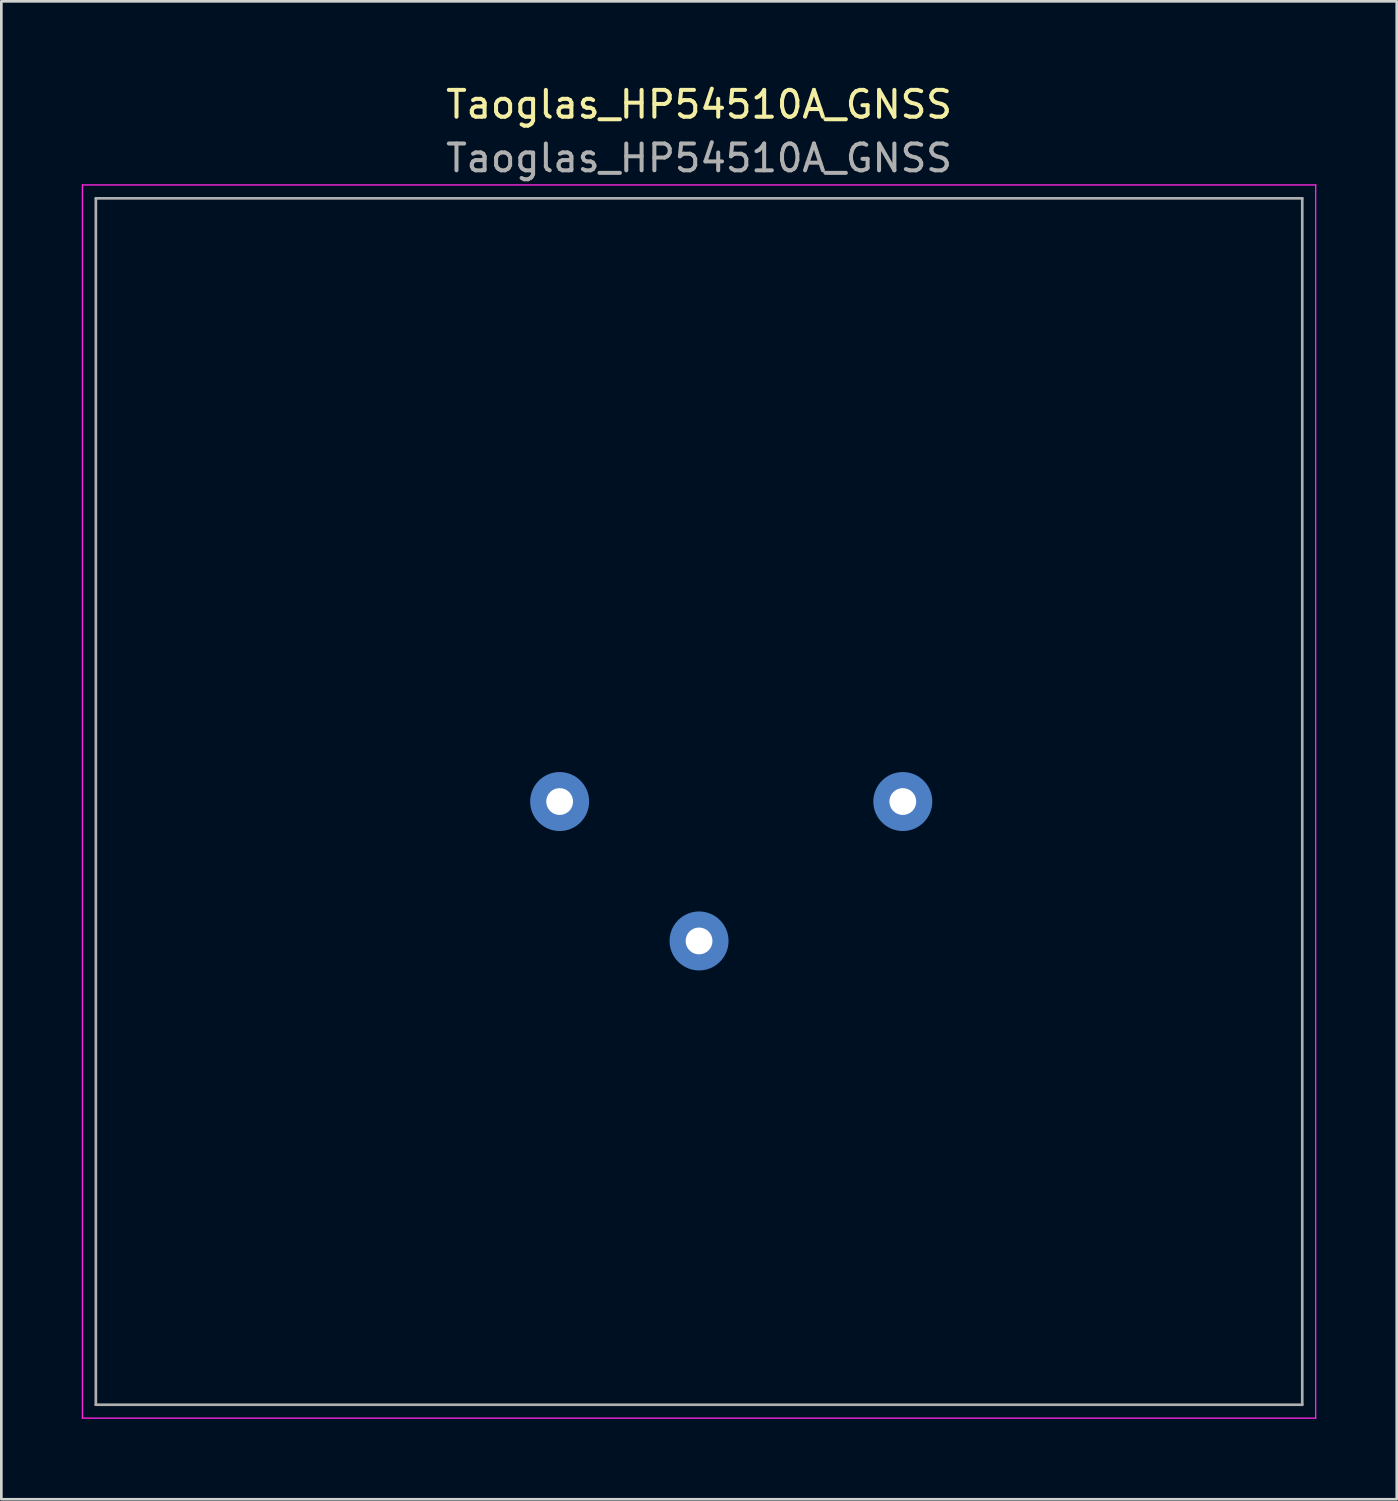
<source format=kicad_pcb>
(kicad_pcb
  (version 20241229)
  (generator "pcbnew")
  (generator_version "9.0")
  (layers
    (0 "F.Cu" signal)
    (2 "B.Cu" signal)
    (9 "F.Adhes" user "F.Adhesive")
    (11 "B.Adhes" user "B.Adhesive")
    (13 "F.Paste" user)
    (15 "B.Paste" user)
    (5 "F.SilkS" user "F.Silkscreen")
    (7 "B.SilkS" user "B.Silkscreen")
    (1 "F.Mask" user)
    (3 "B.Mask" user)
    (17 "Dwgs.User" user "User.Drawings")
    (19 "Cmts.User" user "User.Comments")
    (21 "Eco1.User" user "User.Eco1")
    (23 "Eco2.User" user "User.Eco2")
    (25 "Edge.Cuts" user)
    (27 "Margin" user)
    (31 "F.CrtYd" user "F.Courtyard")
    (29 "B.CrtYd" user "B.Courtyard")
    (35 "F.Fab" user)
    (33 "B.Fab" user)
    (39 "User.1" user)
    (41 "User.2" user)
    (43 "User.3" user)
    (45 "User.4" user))
  (footprint "Taoglas_HP54510A_GNSS"
    (layer "F.Cu")
    (at 23.025 26.848)
    (property "Reference" "Taoglas_HP54510A_GNSS" (at 0 -26 0) (unlocked yes) (layer "F.SilkS") (effects (font (size 1 1) (thickness 0.15))))
    (fp_line (start -23 -23) (end 23 -23) (stroke (width 0.05) (type default)) (layer "F.CrtYd"))
    (fp_line (start -23 23) (end -23 -23) (stroke (width 0.05) (type default)) (layer "F.CrtYd"))
    (fp_line (start 23 -23) (end 23 23) (stroke (width 0.05) (type default)) (layer "F.CrtYd"))
    (fp_line (start 23 23) (end -23 23) (stroke (width 0.05) (type default)) (layer "F.CrtYd"))
    (fp_line (start -22.5 -22.5) (end 22.5 -22.5) (stroke (width 0.1) (type solid)) (layer "F.Fab"))
    (fp_line (start -22.5 22.5) (end -22.5 -22.5) (stroke (width 0.1) (type solid)) (layer "F.Fab"))
    (fp_line (start -22.5 22.5) (end 22.5 22.5) (stroke (width 0.1) (type solid)) (layer "F.Fab"))
    (fp_line (start 22.5 22.5) (end 22.5 -22.5) (stroke (width 0.1) (type solid)) (layer "F.Fab"))
    (fp_text user "${REFERENCE}" (at 0 -24 0) (unlocked yes) (layer "F.Fab") (effects (font (size 1 1) (thickness 0.15))))
    (pad "1" thru_hole circle (at 0 5.2) (size 1.2 1.2) (drill 1) (layers "*.Cu" "*.Mask") (remove_unused_layers yes) (keep_end_layers yes) (zone_layer_connections) (padstack (mode front_inner_back) (layer "Inner" (shape circle) (size 1 1)) (layer "B.Cu" (shape circle) (size 2.2 2.2))))
    (pad "2" thru_hole circle (at -5.2 0) (size 1.2 1.2) (drill 1) (layers "*.Cu" "*.Mask") (remove_unused_layers yes) (keep_end_layers yes) (zone_layer_connections) (padstack (mode front_inner_back) (layer "Inner" (shape circle) (size 1 1)) (layer "B.Cu" (shape circle) (size 2.2 2.2))))
    (pad "3" thru_hole circle (at 7.6 0) (size 1.2 1.2) (drill 1) (layers "*.Cu" "*.Mask") (remove_unused_layers yes) (keep_end_layers yes) (zone_layer_connections) (padstack (mode front_inner_back) (layer "Inner" (shape circle) (size 1 1)) (layer "B.Cu" (shape circle) (size 2.2 2.2))))
    (zone (net_name "") (layer "F.Cu") (hatch edge 0.5) (connect_pads) (min_thickness 0.25) (filled_areas_thickness no) (keepout (tracks allowed) (vias allowed) (pads allowed) (copperpour not_allowed) (footprints allowed)) (placement (enabled no)) (fill) (polygon (pts (xy 19.325 26.848) (xy 19.305 26.601) (xy 19.244 26.361) (xy 19.144 26.134) (xy 19.009 25.927) (xy 18.841 25.745) (xy 18.645 25.592) (xy 18.428 25.475) (xy 18.193 25.394) (xy 17.949 25.353) (xy 17.701 25.353) (xy 17.457 25.394) (xy 17.222 25.475) (xy 17.005 25.592) (xy 16.809 25.745) (xy 16.641 25.927) (xy 16.506 26.134) (xy 16.406 26.361) (xy 16.345 26.601) (xy 16.325 26.848) (xy 16.345 27.095) (xy 16.406 27.335) (xy 16.506 27.562) (xy 16.641 27.77) (xy 16.809 27.952) (xy 17.005 28.104) (xy 17.222 28.222) (xy 17.457 28.302) (xy 17.701 28.343) (xy 17.949 28.343) (xy 18.193 28.302) (xy 18.428 28.222) (xy 18.645 28.104) (xy 18.841 27.952) (xy 19.009 27.77) (xy 19.144 27.562) (xy 19.244 27.335) (xy 19.305 27.095))))
    (zone (net_name "") (layer "F.Cu") (hatch edge 0.5) (connect_pads) (min_thickness 0.25) (filled_areas_thickness no) (keepout (tracks allowed) (vias allowed) (pads allowed) (copperpour not_allowed) (footprints allowed)) (placement (enabled no)) (fill) (polygon (pts (xy 24.525 32.048) (xy 24.505 31.801) (xy 24.444 31.561) (xy 24.344 31.334) (xy 24.209 31.127) (xy 24.041 30.945) (xy 23.845 30.792) (xy 23.628 30.675) (xy 23.393 30.594) (xy 23.149 30.553) (xy 22.901 30.553) (xy 22.657 30.594) (xy 22.422 30.675) (xy 22.205 30.792) (xy 22.009 30.945) (xy 21.841 31.127) (xy 21.706 31.334) (xy 21.606 31.561) (xy 21.545 31.801) (xy 21.525 32.048) (xy 21.545 32.295) (xy 21.606 32.535) (xy 21.706 32.762) (xy 21.841 32.97) (xy 22.009 33.152) (xy 22.205 33.304) (xy 22.422 33.422) (xy 22.657 33.502) (xy 22.901 33.543) (xy 23.149 33.543) (xy 23.393 33.502) (xy 23.628 33.422) (xy 23.845 33.304) (xy 24.041 33.152) (xy 24.209 32.97) (xy 24.344 32.762) (xy 24.444 32.535) (xy 24.505 32.295))))
    (zone (net_name "") (layer "F.Cu") (hatch edge 0.5) (connect_pads) (min_thickness 0.25) (filled_areas_thickness no) (keepout (tracks allowed) (vias allowed) (pads allowed) (copperpour not_allowed) (footprints allowed)) (placement (enabled no)) (fill) (polygon (pts (xy 32.125 26.848) (xy 32.105 26.601) (xy 32.044 26.361) (xy 31.944 26.134) (xy 31.809 25.927) (xy 31.641 25.745) (xy 31.445 25.592) (xy 31.228 25.475) (xy 30.993 25.394) (xy 30.749 25.353) (xy 30.501 25.353) (xy 30.257 25.394) (xy 30.022 25.475) (xy 29.805 25.592) (xy 29.609 25.745) (xy 29.441 25.927) (xy 29.306 26.134) (xy 29.206 26.361) (xy 29.145 26.601) (xy 29.125 26.848) (xy 29.145 27.095) (xy 29.206 27.335) (xy 29.306 27.562) (xy 29.441 27.77) (xy 29.609 27.952) (xy 29.805 28.104) (xy 30.022 28.222) (xy 30.257 28.302) (xy 30.501 28.343) (xy 30.749 28.343) (xy 30.993 28.302) (xy 31.228 28.222) (xy 31.445 28.104) (xy 31.641 27.952) (xy 31.809 27.77) (xy 31.944 27.562) (xy 32.044 27.335) (xy 32.105 27.095))))
    (zone (net_name "") (layer "B.Cu") (hatch edge 0.5) (connect_pads) (min_thickness 0.25) (filled_areas_thickness no) (keepout (tracks allowed) (vias allowed) (pads allowed) (copperpour not_allowed) (footprints allowed)) (placement (enabled no)) (fill) (polygon (pts (xy 19.575 26.848) (xy 19.555 26.587) (xy 19.497 26.332) (xy 19.402 26.089) (xy 19.271 25.862) (xy 19.108 25.658) (xy 18.916 25.48) (xy 18.7 25.333) (xy 18.464 25.219) (xy 18.214 25.142) (xy 17.956 25.103) (xy 17.694 25.103) (xy 17.436 25.142) (xy 17.186 25.219) (xy 16.95 25.333) (xy 16.734 25.48) (xy 16.542 25.658) (xy 16.379 25.862) (xy 16.248 26.089) (xy 16.153 26.332) (xy 16.095 26.587) (xy 16.075 26.848) (xy 16.095 27.109) (xy 16.153 27.364) (xy 16.248 27.608) (xy 16.379 27.834) (xy 16.542 28.039) (xy 16.734 28.216) (xy 16.95 28.364) (xy 17.186 28.477) (xy 17.436 28.554) (xy 17.694 28.593) (xy 17.956 28.593) (xy 18.214 28.554) (xy 18.464 28.477) (xy 18.7 28.364) (xy 18.916 28.216) (xy 19.108 28.039) (xy 19.271 27.834) (xy 19.402 27.608) (xy 19.497 27.364) (xy 19.555 27.109))))
    (zone (net_name "") (layer "B.Cu") (hatch edge 0.5) (connect_pads) (min_thickness 0.25) (filled_areas_thickness no) (keepout (tracks allowed) (vias allowed) (pads allowed) (copperpour not_allowed) (footprints allowed)) (placement (enabled no)) (fill) (polygon (pts (xy 24.775 32.048) (xy 24.755 31.787) (xy 24.697 31.532) (xy 24.602 31.289) (xy 24.471 31.062) (xy 24.308 30.858) (xy 24.116 30.68) (xy 23.9 30.533) (xy 23.664 30.419) (xy 23.414 30.342) (xy 23.156 30.303) (xy 22.894 30.303) (xy 22.636 30.342) (xy 22.386 30.419) (xy 22.15 30.533) (xy 21.934 30.68) (xy 21.742 30.858) (xy 21.579 31.062) (xy 21.448 31.289) (xy 21.353 31.532) (xy 21.295 31.787) (xy 21.275 32.048) (xy 21.295 32.309) (xy 21.353 32.564) (xy 21.448 32.808) (xy 21.579 33.034) (xy 21.742 33.239) (xy 21.934 33.416) (xy 22.15 33.564) (xy 22.386 33.677) (xy 22.636 33.754) (xy 22.894 33.793) (xy 23.156 33.793) (xy 23.414 33.754) (xy 23.664 33.677) (xy 23.9 33.564) (xy 24.116 33.416) (xy 24.308 33.239) (xy 24.471 33.034) (xy 24.602 32.808) (xy 24.697 32.564) (xy 24.755 32.309))))
    (zone (net_name "") (layer "B.Cu") (hatch edge 0.5) (connect_pads) (min_thickness 0.25) (filled_areas_thickness no) (keepout (tracks allowed) (vias allowed) (pads allowed) (copperpour not_allowed) (footprints allowed)) (placement (enabled no)) (fill) (polygon (pts (xy 32.375 26.848) (xy 32.355 26.587) (xy 32.297 26.332) (xy 32.202 26.089) (xy 32.071 25.862) (xy 31.908 25.658) (xy 31.716 25.48) (xy 31.5 25.333) (xy 31.264 25.219) (xy 31.014 25.142) (xy 30.756 25.103) (xy 30.494 25.103) (xy 30.236 25.142) (xy 29.986 25.219) (xy 29.75 25.333) (xy 29.534 25.48) (xy 29.342 25.658) (xy 29.179 25.862) (xy 29.048 26.089) (xy 28.953 26.332) (xy 28.895 26.587) (xy 28.875 26.848) (xy 28.895 27.109) (xy 28.953 27.364) (xy 29.048 27.608) (xy 29.179 27.834) (xy 29.342 28.039) (xy 29.534 28.216) (xy 29.75 28.364) (xy 29.986 28.477) (xy 30.236 28.554) (xy 30.494 28.593) (xy 30.756 28.593) (xy 31.014 28.554) (xy 31.264 28.477) (xy 31.5 28.364) (xy 31.716 28.216) (xy 31.908 28.039) (xy 32.071 27.834) (xy 32.202 27.608) (xy 32.297 27.364) (xy 32.355 27.109)))))
  (gr_rect
    (start -3 -3)
    (end 49.05 52.873)
    (stroke (width 0.1) (type default))
    (fill no)
    (layer "Edge.Cuts")))
</source>
